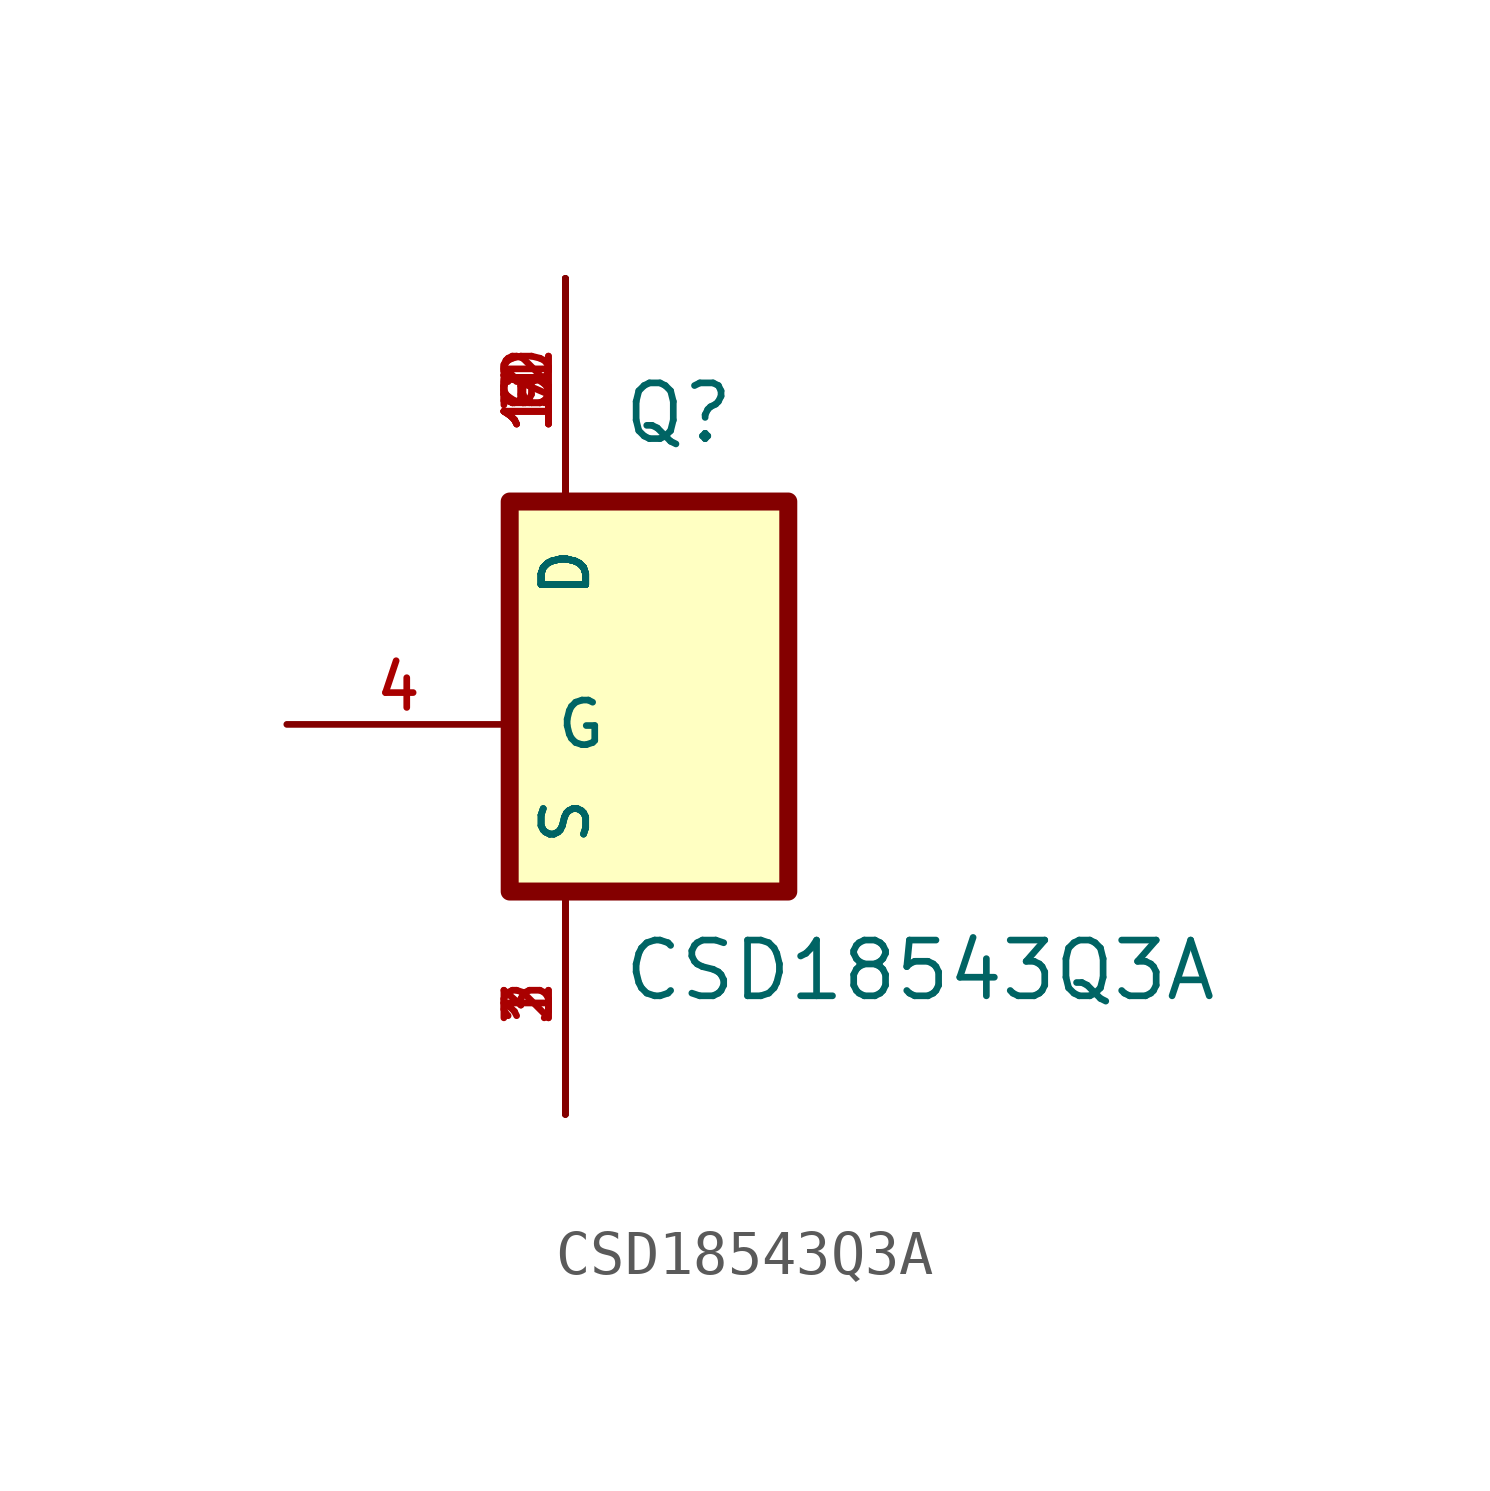
<source format=kicad_sym>
(kicad_symbol_lib
  (version 20220914)
  (generator kicad_symbol_editor)
  (symbol "CSD18543Q3A"
    (pin_names
      (offset 1.016))
    (property "Reference" "Q"
      (at -10.16 6.35 0)
      (effects (font (size 1.27 1.27)) (justify left bottom)))
    (property "Value" "CSD18543Q3A"
      (at -10.16 -6.35 0)
      (effects (font (size 1.27 1.27)) (justify left bottom)))
    (symbol "CSD18543Q3A_0_0"
      (rectangle (start -12.7 5.08) (end -6.35 -3.81) (stroke (width 0.41) (type default)) (fill (type background)))
      (pin bidirectional line (at -11.43 -8.89 90) (length 5.08) (name "S" (effects (font (size 1.016 1.016)))) (number "1" (effects (font (size 1.016 1.016)))))
      (pin bidirectional line (at -11.43 10.16 270) (length 5.08) (name "D" (effects (font (size 1.016 1.016)))) (number "10" (effects (font (size 1.016 1.016)))))
      (pin bidirectional line (at -11.43 10.16 270) (length 5.08) (name "D" (effects (font (size 1.016 1.016)))) (number "11" (effects (font (size 1.016 1.016)))))
      (pin bidirectional line (at -11.43 10.16 270) (length 5.08) (name "D" (effects (font (size 1.016 1.016)))) (number "12" (effects (font (size 1.016 1.016)))))
      (pin bidirectional line (at -11.43 -8.89 90) (length 5.08) (name "S" (effects (font (size 1.016 1.016)))) (number "2" (effects (font (size 1.016 1.016)))))
      (pin bidirectional line (at -11.43 -8.89 90) (length 5.08) (name "S" (effects (font (size 1.016 1.016)))) (number "3" (effects (font (size 1.016 1.016)))))
      (pin bidirectional line (at -17.78 0 0) (length 5.08) (name "G" (effects (font (size 1.016 1.016)))) (number "4" (effects (font (size 1.016 1.016)))))
      (pin bidirectional line (at -11.43 10.16 270) (length 5.08) (name "D" (effects (font (size 1.016 1.016)))) (number "5" (effects (font (size 1.016 1.016)))))
      (pin bidirectional line (at -11.43 10.16 270) (length 5.08) (name "D" (effects (font (size 1.016 1.016)))) (number "6" (effects (font (size 1.016 1.016)))))
      (pin bidirectional line (at -11.43 10.16 270) (length 5.08) (name "D" (effects (font (size 1.016 1.016)))) (number "7" (effects (font (size 1.016 1.016)))))
      (pin bidirectional line (at -11.43 10.16 270) (length 5.08) (name "D" (effects (font (size 1.016 1.016)))) (number "8" (effects (font (size 1.016 1.016)))))
      (pin bidirectional line (at -11.43 10.16 270) (length 5.08) (name "D" (effects (font (size 1.016 1.016)))) (number "9" (effects (font (size 1.016 1.016))))))))
</source>
